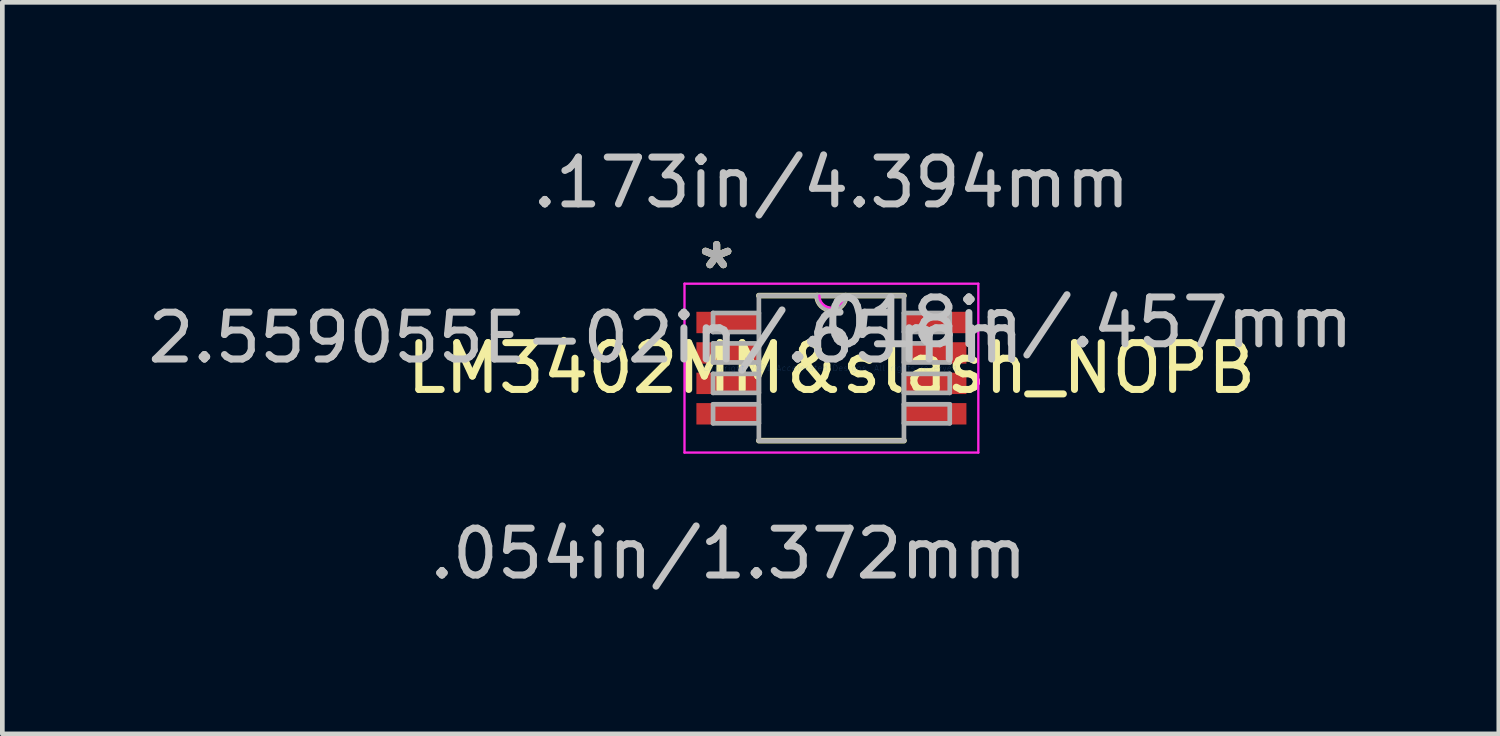
<source format=kicad_pcb>
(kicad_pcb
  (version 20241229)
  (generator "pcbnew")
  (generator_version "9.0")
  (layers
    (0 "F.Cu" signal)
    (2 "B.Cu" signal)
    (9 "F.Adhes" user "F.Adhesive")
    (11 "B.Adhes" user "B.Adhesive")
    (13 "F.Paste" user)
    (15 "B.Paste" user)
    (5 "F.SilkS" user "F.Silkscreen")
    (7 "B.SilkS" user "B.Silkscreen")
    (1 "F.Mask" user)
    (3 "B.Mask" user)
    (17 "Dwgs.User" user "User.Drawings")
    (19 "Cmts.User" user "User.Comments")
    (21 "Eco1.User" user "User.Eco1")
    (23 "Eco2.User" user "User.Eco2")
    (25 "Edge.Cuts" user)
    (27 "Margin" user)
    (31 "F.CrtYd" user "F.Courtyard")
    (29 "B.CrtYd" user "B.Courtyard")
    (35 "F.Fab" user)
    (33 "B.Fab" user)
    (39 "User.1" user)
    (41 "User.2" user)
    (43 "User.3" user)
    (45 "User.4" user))
  (footprint "LM3402MM&slash_NOPB"
    (layer "F.Cu")
    (at 14.703 4.811)
    (property "Reference" "LM3402MM&slash_NOPB" (at 0 0 0) (layer "F.SilkS") (effects (font (size 1 1) (thickness 0.15))))
    (attr through_hole)
    (fp_line (start -1.549 1.549) (end 1.549 1.549) (stroke (width 0.12) (type solid)) (layer "F.SilkS"))
    (fp_line (start 1.549 -1.549) (end -1.549 -1.549) (stroke (width 0.12) (type solid)) (layer "F.SilkS"))
    (fp_arc (start 0.3048 -1.5494) (mid 0 -1.2446) (end -0.3048 -1.5494) (stroke (width 0.12) (type solid)) (layer "F.SilkS"))
    (fp_line (start -3.137 -1.803) (end 3.137 -1.803) (stroke (width 0.05) (type solid)) (layer "F.CrtYd"))
    (fp_line (start -3.137 1.803) (end -3.137 -1.803) (stroke (width 0.05) (type solid)) (layer "F.CrtYd"))
    (fp_line (start 3.137 -1.803) (end 3.137 1.803) (stroke (width 0.05) (type solid)) (layer "F.CrtYd"))
    (fp_line (start 3.137 1.803) (end -3.137 1.803) (stroke (width 0.05) (type solid)) (layer "F.CrtYd"))
    (fp_arc (start 0.258233 -1.5494) (mid 0 -1.291167) (end -0.258233 -1.5494) (stroke (width 0.05) (type solid)) (layer "F.CrtYd"))
    (fp_line (start -2.527 -1.178) (end -2.527 -0.772) (stroke (width 0.1) (type solid)) (layer "F.Fab"))
    (fp_line (start -2.527 -0.772) (end -1.549 -0.772) (stroke (width 0.1) (type solid)) (layer "F.Fab"))
    (fp_line (start -2.527 -0.528) (end -2.527 -0.122) (stroke (width 0.1) (type solid)) (layer "F.Fab"))
    (fp_line (start -2.527 -0.122) (end -1.549 -0.122) (stroke (width 0.1) (type solid)) (layer "F.Fab"))
    (fp_line (start -2.527 0.122) (end -2.527 0.528) (stroke (width 0.1) (type solid)) (layer "F.Fab"))
    (fp_line (start -2.527 0.528) (end -1.549 0.528) (stroke (width 0.1) (type solid)) (layer "F.Fab"))
    (fp_line (start -2.527 0.772) (end -2.527 1.178) (stroke (width 0.1) (type solid)) (layer "F.Fab"))
    (fp_line (start -2.527 1.178) (end -1.549 1.178) (stroke (width 0.1) (type solid)) (layer "F.Fab"))
    (fp_line (start -1.549 -1.549) (end -1.549 1.549) (stroke (width 0.1) (type solid)) (layer "F.Fab"))
    (fp_line (start -1.549 -1.178) (end -2.527 -1.178) (stroke (width 0.1) (type solid)) (layer "F.Fab"))
    (fp_line (start -1.549 -0.772) (end -1.549 -1.178) (stroke (width 0.1) (type solid)) (layer "F.Fab"))
    (fp_line (start -1.549 -0.528) (end -2.527 -0.528) (stroke (width 0.1) (type solid)) (layer "F.Fab"))
    (fp_line (start -1.549 -0.122) (end -1.549 -0.528) (stroke (width 0.1) (type solid)) (layer "F.Fab"))
    (fp_line (start -1.549 0.122) (end -2.527 0.122) (stroke (width 0.1) (type solid)) (layer "F.Fab"))
    (fp_line (start -1.549 0.528) (end -1.549 0.122) (stroke (width 0.1) (type solid)) (layer "F.Fab"))
    (fp_line (start -1.549 0.772) (end -2.527 0.772) (stroke (width 0.1) (type solid)) (layer "F.Fab"))
    (fp_line (start -1.549 1.178) (end -1.549 0.772) (stroke (width 0.1) (type solid)) (layer "F.Fab"))
    (fp_line (start -1.549 1.549) (end 1.549 1.549) (stroke (width 0.1) (type solid)) (layer "F.Fab"))
    (fp_line (start 1.549 -1.549) (end -1.549 -1.549) (stroke (width 0.1) (type solid)) (layer "F.Fab"))
    (fp_line (start 1.549 -1.178) (end 1.549 -0.772) (stroke (width 0.1) (type solid)) (layer "F.Fab"))
    (fp_line (start 1.549 -0.772) (end 2.527 -0.772) (stroke (width 0.1) (type solid)) (layer "F.Fab"))
    (fp_line (start 1.549 -0.528) (end 1.549 -0.122) (stroke (width 0.1) (type solid)) (layer "F.Fab"))
    (fp_line (start 1.549 -0.122) (end 2.527 -0.122) (stroke (width 0.1) (type solid)) (layer "F.Fab"))
    (fp_line (start 1.549 0.122) (end 1.549 0.528) (stroke (width 0.1) (type solid)) (layer "F.Fab"))
    (fp_line (start 1.549 0.528) (end 2.527 0.528) (stroke (width 0.1) (type solid)) (layer "F.Fab"))
    (fp_line (start 1.549 0.772) (end 1.549 1.178) (stroke (width 0.1) (type solid)) (layer "F.Fab"))
    (fp_line (start 1.549 1.178) (end 2.527 1.178) (stroke (width 0.1) (type solid)) (layer "F.Fab"))
    (fp_line (start 1.549 1.549) (end 1.549 -1.549) (stroke (width 0.1) (type solid)) (layer "F.Fab"))
    (fp_line (start 2.527 -1.178) (end 1.549 -1.178) (stroke (width 0.1) (type solid)) (layer "F.Fab"))
    (fp_line (start 2.527 -0.772) (end 2.527 -1.178) (stroke (width 0.1) (type solid)) (layer "F.Fab"))
    (fp_line (start 2.527 -0.528) (end 1.549 -0.528) (stroke (width 0.1) (type solid)) (layer "F.Fab"))
    (fp_line (start 2.527 -0.122) (end 2.527 -0.528) (stroke (width 0.1) (type solid)) (layer "F.Fab"))
    (fp_line (start 2.527 0.122) (end 1.549 0.122) (stroke (width 0.1) (type solid)) (layer "F.Fab"))
    (fp_line (start 2.527 0.528) (end 2.527 0.122) (stroke (width 0.1) (type solid)) (layer "F.Fab"))
    (fp_line (start 2.527 0.772) (end 1.549 0.772) (stroke (width 0.1) (type solid)) (layer "F.Fab"))
    (fp_line (start 2.527 1.178) (end 2.527 0.772) (stroke (width 0.1) (type solid)) (layer "F.Fab"))
    (fp_arc (start 0.3048 -1.5494) (mid 0 -1.2446) (end -0.3048 -1.5494) (stroke (width 0.1) (type solid)) (layer "F.Fab"))
    (fp_text user "*" (at -2.451 -2.093 0) (layer "F.SilkS") (effects (font (size 1 1) (thickness 0.15))))
    (fp_text user "*" (at -2.451 -2.093 0) (layer "F.SilkS") (effects (font (size 1 1) (thickness 0.15))))
    (fp_text user ".173in/4.394mm" (at 0 -3.962 0) (layer "Dwgs.User") (effects (font (size 1 1) (thickness 0.15))))
    (fp_text user ".054in/1.372mm" (at -2.197 3.962 0) (layer "Dwgs.User") (effects (font (size 1 1) (thickness 0.15))))
    (fp_text user ".018in/.457mm" (at 5.245 -0.975 0) (layer "Dwgs.User") (effects (font (size 1 1) (thickness 0.15))))
    (fp_text user "2.559055E-02in/.65mm" (at -5.245 -0.65 0) (layer "Dwgs.User") (effects (font (size 1 1) (thickness 0.15))))
    (fp_text user "Copyright 2021 Accelerated Designs. All rights reserved." (at 0 0 0) (layer "Cmts.User") (effects (font (size 0.127 0.127) (thickness 0.002))))
    (fp_text user "*" (at -2.451 -2.093 0) (layer "F.Fab") (effects (font (size 1 1) (thickness 0.15))))
    (fp_text user "*" (at -2.451 -2.093 0) (layer "F.Fab") (effects (font (size 1 1) (thickness 0.15))))
    (pad "1" smd rect (at -2.197 -0.975) (size 1.372 0.457) (layers "F.Cu" "F.Mask" "F.Paste"))
    (pad "2" smd rect (at -2.197 -0.325) (size 1.372 0.457) (layers "F.Cu" "F.Mask" "F.Paste"))
    (pad "3" smd rect (at -2.197 0.325) (size 1.372 0.457) (layers "F.Cu" "F.Mask" "F.Paste"))
    (pad "4" smd rect (at -2.197 0.975) (size 1.372 0.457) (layers "F.Cu" "F.Mask" "F.Paste"))
    (pad "5" smd rect (at 2.197 0.975) (size 1.372 0.457) (layers "F.Cu" "F.Mask" "F.Paste"))
    (pad "6" smd rect (at 2.197 0.325) (size 1.372 0.457) (layers "F.Cu" "F.Mask" "F.Paste"))
    (pad "7" smd rect (at 2.197 -0.325) (size 1.372 0.457) (layers "F.Cu" "F.Mask" "F.Paste"))
    (pad "8" smd rect (at 2.197 -0.975) (size 1.372 0.457) (layers "F.Cu" "F.Mask" "F.Paste")))
  (gr_rect
    (start -3 -3)
    (end 28.954 12.621)
    (stroke (width 0.1) (type default))
    (fill no)
    (layer "Edge.Cuts")))
</source>
